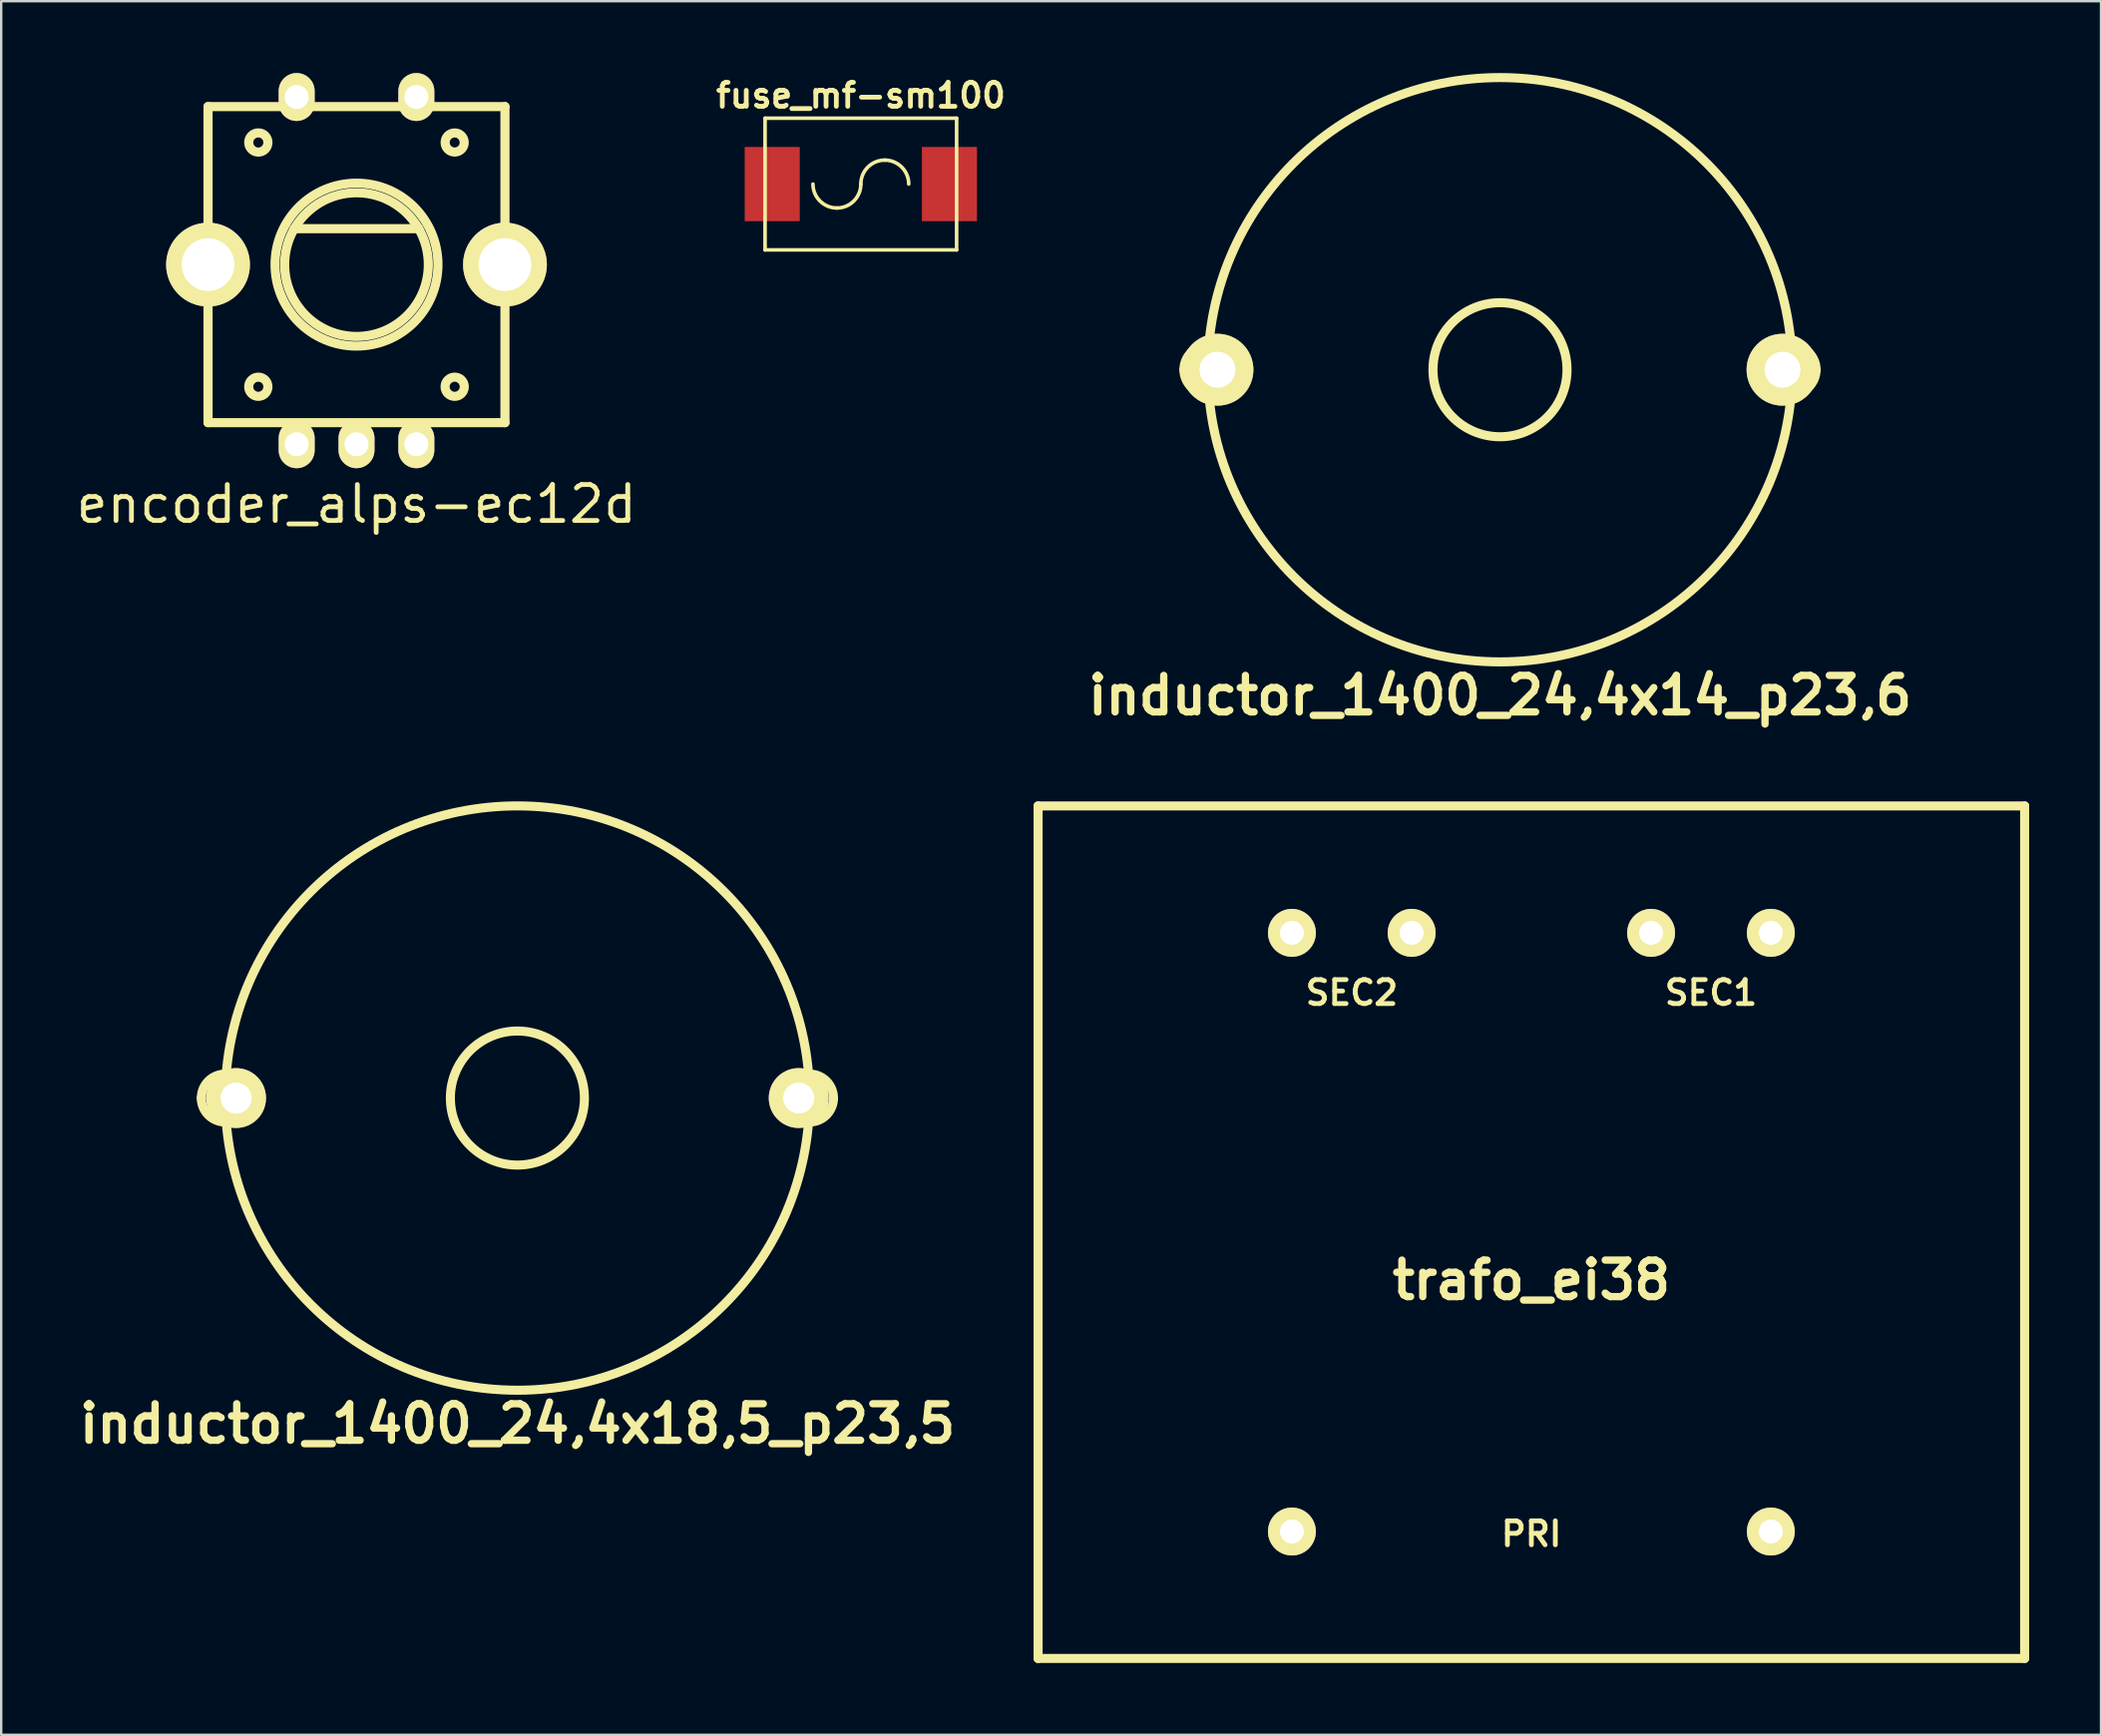
<source format=kicad_pcb>
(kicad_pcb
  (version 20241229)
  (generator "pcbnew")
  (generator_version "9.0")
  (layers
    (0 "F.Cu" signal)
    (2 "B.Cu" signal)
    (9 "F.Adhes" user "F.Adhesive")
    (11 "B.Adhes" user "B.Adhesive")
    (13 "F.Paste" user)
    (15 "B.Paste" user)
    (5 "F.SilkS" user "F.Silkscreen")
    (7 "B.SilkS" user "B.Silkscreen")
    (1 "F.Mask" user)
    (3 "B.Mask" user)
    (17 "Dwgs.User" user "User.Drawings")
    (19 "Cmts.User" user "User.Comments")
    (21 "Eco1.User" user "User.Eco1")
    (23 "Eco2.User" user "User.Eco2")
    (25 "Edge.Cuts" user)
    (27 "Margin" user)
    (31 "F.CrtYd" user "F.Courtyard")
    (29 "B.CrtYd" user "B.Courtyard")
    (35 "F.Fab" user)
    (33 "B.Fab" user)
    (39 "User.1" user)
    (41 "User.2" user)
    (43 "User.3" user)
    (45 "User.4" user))
  (footprint "trafo_ei38"
    (layer "F.Cu")
    (at 60.902 48.404)
    (property "Reference" "trafo_ei38" (at 0 2 0) (layer "F.SilkS") (effects (font (size 1.524 1.524) (thickness 0.305))))
    (attr through_hole)
    (fp_line (start -20.6 -17.8) (end -20.6 17.8) (stroke (width 0.378) (type solid)) (layer "F.SilkS"))
    (fp_line (start -20.6 -17.8) (end 20.6 -17.8) (stroke (width 0.378) (type solid)) (layer "F.SilkS"))
    (fp_line (start -20.6 17.8) (end 20.6 17.8) (stroke (width 0.378) (type solid)) (layer "F.SilkS"))
    (fp_line (start 20.6 -17.8) (end 20.6 17.8) (stroke (width 0.378) (type solid)) (layer "F.SilkS"))
    (fp_text user "SEC2" (at -7.5 -10 0) (layer "F.SilkS") (effects (font (size 1 1) (thickness 0.2))))
    (fp_text user "PRI" (at 0 12.6 0) (layer "F.SilkS") (effects (font (size 1 1) (thickness 0.2))))
    (fp_text user "SEC1" (at 7.5 -10 0) (layer "F.SilkS") (effects (font (size 1 1) (thickness 0.2))))
    (pad "1" thru_hole circle (at -10 12.5) (size 2 2) (drill 1) (layers "*.Cu" "*.Mask" "F.SilkS"))
    (pad "5" thru_hole circle (at 10 12.5) (size 2 2) (drill 1) (layers "*.Cu" "*.Mask" "F.SilkS"))
    (pad "6" thru_hole circle (at 10 -12.5) (size 2 2) (drill 1) (layers "*.Cu" "*.Mask" "F.SilkS"))
    (pad "7" thru_hole circle (at 5 -12.5) (size 2 2) (drill 1) (layers "*.Cu" "*.Mask" "F.SilkS"))
    (pad "9" thru_hole circle (at -5 -12.5) (size 2 2) (drill 1) (layers "*.Cu" "*.Mask" "F.SilkS"))
    (pad "10" thru_hole circle (at -10 -12.5) (size 2 2) (drill 1) (layers "*.Cu" "*.Mask" "F.SilkS")))
  (footprint "inductor_1400_24,4x18,5_p23,5"
    (layer "F.Cu")
    (at 18.557 42.803)
    (property "Reference" "inductor_1400_24,4x18,5_p23,5" (at 0 13.599 0) (layer "F.SilkS") (effects (font (size 1.524 1.524) (thickness 0.305))))
    (attr through_hole)
    (fp_arc (start -13.20038 0) (mid -12.907264 -0.707644) (end -12.19962 -1.00076) (stroke (width 0.37846) (type solid)) (layer "F.SilkS"))
    (fp_arc (start -12.19962 1.00076) (mid -12.907264 0.707644) (end -13.20038 0) (stroke (width 0.37846) (type solid)) (layer "F.SilkS"))
    (fp_arc (start 12.19962 -1.00076) (mid 12.907264 -0.707644) (end 13.20038 0) (stroke (width 0.37846) (type solid)) (layer "F.SilkS"))
    (fp_arc (start 13.20038 0) (mid 12.907264 0.707644) (end 12.19962 1.00076) (stroke (width 0.37846) (type solid)) (layer "F.SilkS"))
    (fp_circle (center 0 0) (end -12.2 0) (stroke (width 0.378) (type solid)) (fill no) (layer "F.SilkS"))
    (fp_circle (center 0 0) (end -2.799 0) (stroke (width 0.378) (type solid)) (fill no) (layer "F.SilkS"))
    (pad "1" thru_hole circle (at 11.748 0) (size 2.499 2.499) (drill 1.295) (layers "*.Cu" "*.Mask" "F.SilkS"))
    (pad "2" thru_hole circle (at -11.748 0) (size 2.499 2.499) (drill 1.295) (layers "*.Cu" "*.Mask" "F.SilkS")))
  (footprint "inductor_1400_24,4x14_p23,6"
    (layer "F.Cu")
    (at 59.592 12.389)
    (property "Reference" "inductor_1400_24,4x14_p23,6" (at 0 13.599 0) (layer "F.SilkS") (effects (font (size 1.524 1.524) (thickness 0.305))))
    (attr through_hole)
    (fp_arc (start -13.20038 0) (mid -12.907264 -0.707644) (end -12.19962 -1.00076) (stroke (width 0.37846) (type solid)) (layer "F.SilkS"))
    (fp_arc (start -12.19962 1.00076) (mid -12.907264 0.707644) (end -13.20038 0) (stroke (width 0.37846) (type solid)) (layer "F.SilkS"))
    (fp_arc (start 12.19962 -1.00076) (mid 12.907264 -0.707644) (end 13.20038 0) (stroke (width 0.37846) (type solid)) (layer "F.SilkS"))
    (fp_arc (start 13.20038 0) (mid 12.907264 0.707644) (end 12.19962 1.00076) (stroke (width 0.37846) (type solid)) (layer "F.SilkS"))
    (fp_circle (center 0 0) (end -12.2 0) (stroke (width 0.378) (type solid)) (fill no) (layer "F.SilkS"))
    (fp_circle (center 0 0) (end -2.799 0) (stroke (width 0.378) (type solid)) (fill no) (layer "F.SilkS"))
    (pad "1" thru_hole circle (at 11.798 0) (size 3 3) (drill 1.499) (layers "*.Cu" "*.Mask" "F.SilkS"))
    (pad "2" thru_hole circle (at -11.798 0) (size 3 3) (drill 1.499) (layers "*.Cu" "*.Mask" "F.SilkS")))
  (footprint "fuse_mf-sm100"
    (layer "F.Cu")
    (at 32.9 4.636)
    (property "Reference" "fuse_mf-sm100" (at 0 -3.7 0) (layer "F.SilkS") (effects (font (size 1 1) (thickness 0.2))))
    (attr through_hole)
    (fp_line (start -4 -2.75) (end 4 -2.75) (stroke (width 0.15) (type solid)) (layer "F.SilkS"))
    (fp_line (start -4 2.75) (end -4 -2.75) (stroke (width 0.15) (type solid)) (layer "F.SilkS"))
    (fp_line (start -4 2.75) (end 4 2.75) (stroke (width 0.15) (type solid)) (layer "F.SilkS"))
    (fp_line (start 4 -2.75) (end 4 2.75) (stroke (width 0.15) (type solid)) (layer "F.SilkS"))
    (fp_arc (start -1 1) (mid -1.707107 0.707107) (end -2 0) (stroke (width 0.15) (type solid)) (layer "F.SilkS"))
    (fp_arc (start 0 0) (mid -0.292893 0.707107) (end -1 1) (stroke (width 0.15) (type solid)) (layer "F.SilkS"))
    (fp_arc (start 0 0) (mid 0.292893 -0.707107) (end 1 -1) (stroke (width 0.15) (type solid)) (layer "F.SilkS"))
    (fp_arc (start 1 -1) (mid 1.707107 -0.707107) (end 2 0) (stroke (width 0.15) (type solid)) (layer "F.SilkS"))
    (pad "1" smd rect (at -3.7 0) (size 2.3 3.1) (layers "F.Cu" "F.Mask" "F.Paste"))
    (pad "2" smd rect (at 3.7 0) (size 2.3 3.1) (layers "F.Cu" "F.Mask" "F.Paste")))
  (footprint "encoder_alps-ec12d"
    (layer "F.Cu")
    (at 11.838 8)
    (property "Reference" "encoder_alps-ec12d" (at 0 10 0) (layer "F.SilkS") (effects (font (size 1.501 1.501) (thickness 0.201))))
    (attr through_hole)
    (fp_line (start -6.2 -6.599) (end -6.2 6.599) (stroke (width 0.381) (type solid)) (layer "F.SilkS"))
    (fp_line (start -6.2 6.599) (end 6.2 6.599) (stroke (width 0.381) (type solid)) (layer "F.SilkS"))
    (fp_line (start -2.601 -1.501) (end 2.601 -1.501) (stroke (width 0.381) (type solid)) (layer "F.SilkS"))
    (fp_line (start 6.2 -6.599) (end -6.2 -6.599) (stroke (width 0.381) (type solid)) (layer "F.SilkS"))
    (fp_line (start 6.2 6.599) (end 6.2 -6.599) (stroke (width 0.381) (type solid)) (layer "F.SilkS"))
    (fp_circle (center -4.1 -5.1) (end -4.501 -5.1) (stroke (width 0.381) (type solid)) (fill no) (layer "F.SilkS"))
    (fp_circle (center -4.1 5.1) (end -4.501 5.1) (stroke (width 0.381) (type solid)) (fill no) (layer "F.SilkS"))
    (fp_circle (center 0 0) (end -3.401 0) (stroke (width 0.381) (type solid)) (fill no) (layer "F.SilkS"))
    (fp_circle (center 0 0) (end -3 0) (stroke (width 0.381) (type solid)) (fill no) (layer "F.SilkS"))
    (fp_circle (center 4.1 -5.1) (end 3.701 -5.1) (stroke (width 0.381) (type solid)) (fill no) (layer "F.SilkS"))
    (fp_circle (center 4.1 5.1) (end 4.501 5.1) (stroke (width 0.381) (type solid)) (fill no) (layer "F.SilkS"))
    (pad "" thru_hole circle (at -6.2 0) (size 3.5 3.5) (drill 2.2) (layers "*.Cu" "*.Mask" "F.SilkS"))
    (pad "" thru_hole circle (at 6.2 0) (size 3.5 3.5) (drill 2.2) (layers "*.Cu" "*.Mask" "F.SilkS"))
    (pad "1" thru_hole oval (at -2.499 7.501) (size 1.501 1.999) (drill 1.001) (layers "*.Cu" "*.Mask" "F.SilkS"))
    (pad "2" thru_hole oval (at 0 7.501) (size 1.501 1.999) (drill 1.001) (layers "*.Cu" "*.Mask" "F.SilkS"))
    (pad "3" thru_hole oval (at 2.499 7.501) (size 1.501 1.999) (drill 1.001) (layers "*.Cu" "*.Mask" "F.SilkS"))
    (pad "4" thru_hole oval (at 2.499 -7) (size 1.501 1.999) (drill 1.001) (layers "*.Cu" "*.Mask" "F.SilkS"))
    (pad "5" thru_hole oval (at -2.499 -7) (size 1.501 1.999) (drill 1.001) (layers "*.Cu" "*.Mask" "F.SilkS")))
  (gr_rect
    (start -3 -3)
    (end 84.691 69.393)
    (stroke (width 0.1) (type default))
    (fill no)
    (layer "Edge.Cuts")))
</source>
